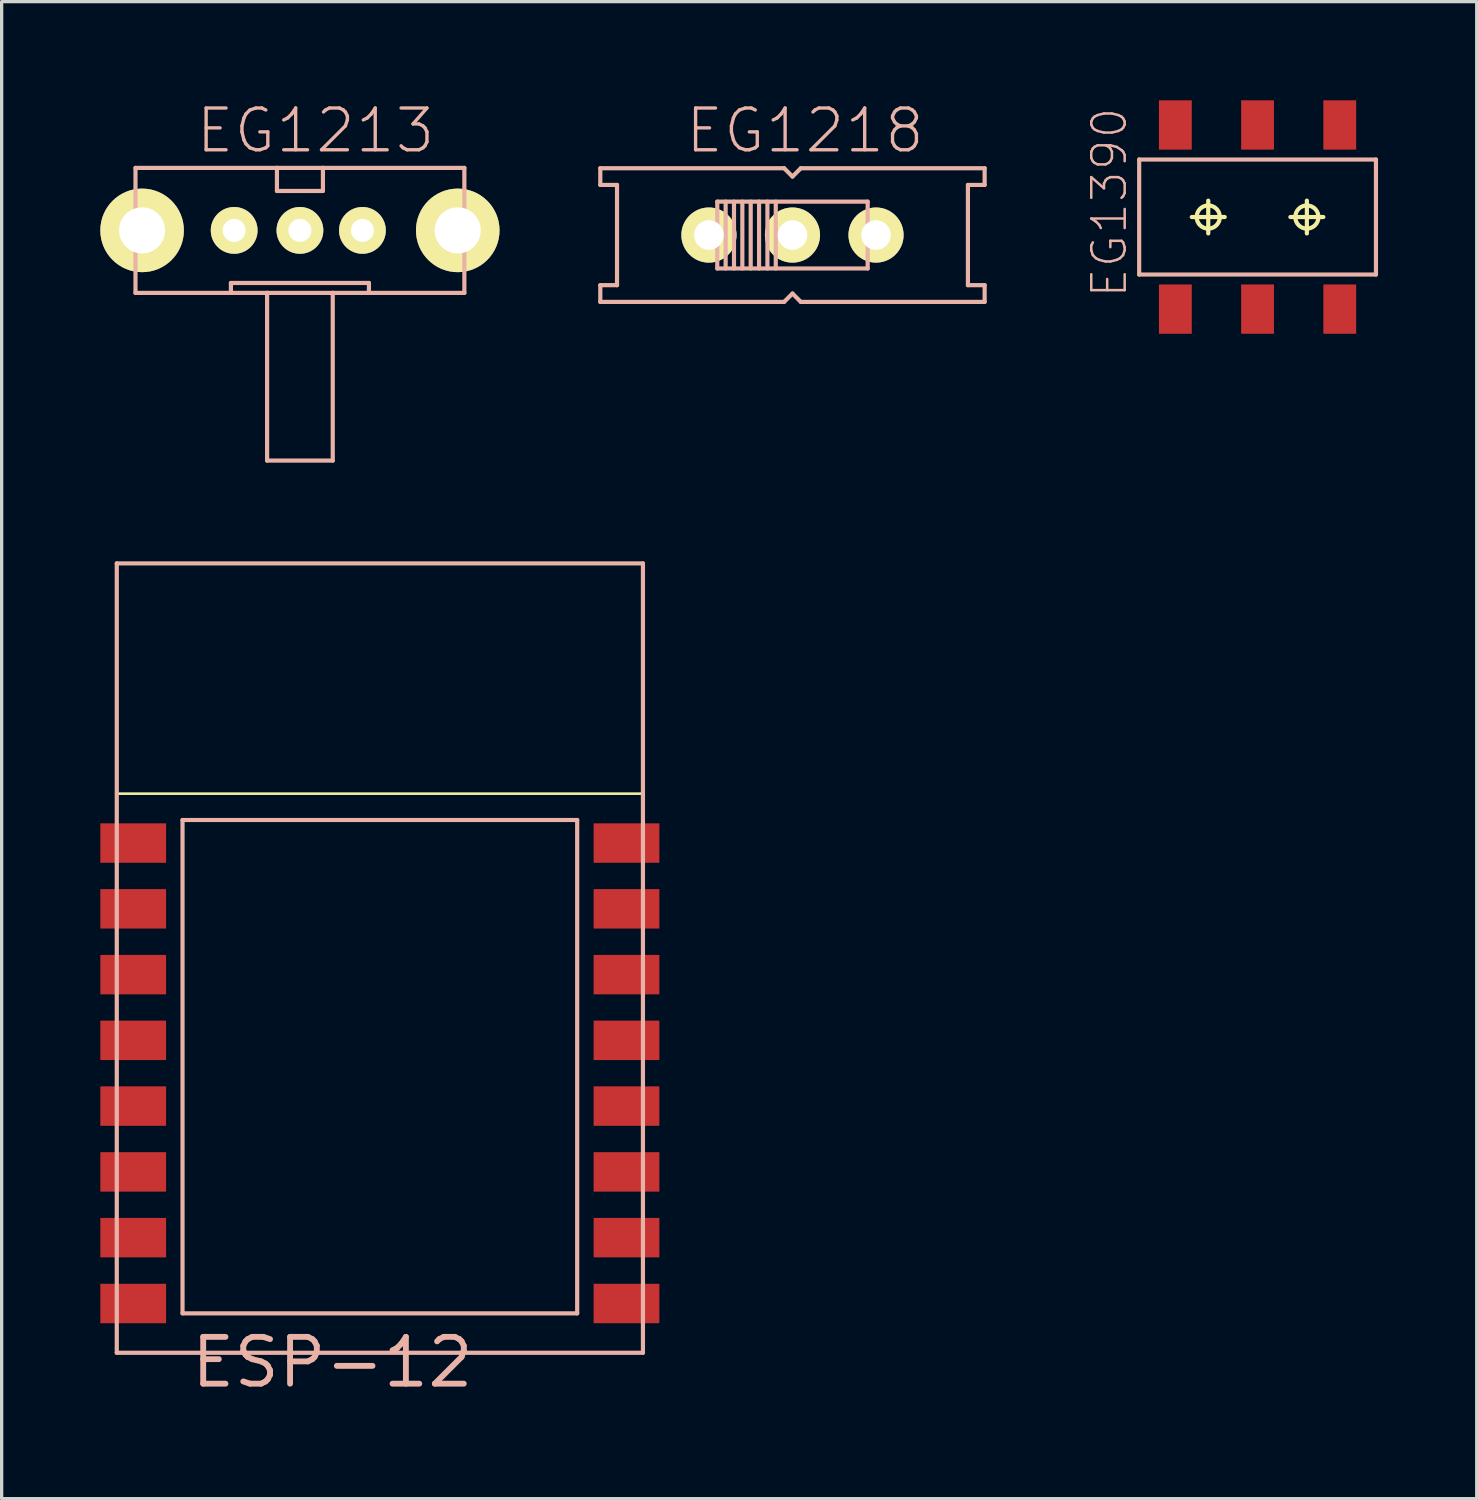
<source format=kicad_pcb>
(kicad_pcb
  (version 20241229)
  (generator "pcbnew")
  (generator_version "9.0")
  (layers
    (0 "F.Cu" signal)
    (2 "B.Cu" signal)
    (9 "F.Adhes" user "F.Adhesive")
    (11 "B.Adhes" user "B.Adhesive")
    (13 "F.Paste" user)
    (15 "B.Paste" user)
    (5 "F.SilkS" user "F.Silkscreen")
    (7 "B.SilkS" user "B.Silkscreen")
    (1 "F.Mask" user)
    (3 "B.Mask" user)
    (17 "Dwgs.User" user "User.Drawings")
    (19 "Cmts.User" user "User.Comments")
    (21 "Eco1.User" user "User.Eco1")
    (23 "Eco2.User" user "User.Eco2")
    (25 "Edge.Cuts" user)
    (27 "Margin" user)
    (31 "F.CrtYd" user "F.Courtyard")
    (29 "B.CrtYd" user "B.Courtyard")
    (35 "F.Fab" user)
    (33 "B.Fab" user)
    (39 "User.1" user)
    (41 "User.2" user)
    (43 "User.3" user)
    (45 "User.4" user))
  (footprint "ESP-12"
    (layer "F.Cu")
    (at 8.498 27.078)
    (property "Reference" "ESP-12" (at -1.443 11.288 0) (layer "B.SilkS") (effects (font (size 1.422 1.422) (thickness 0.178))))
    (attr smd)
    (fp_line (start -7.998 -13) (end 7.998 -13) (stroke (width 0.066) (type solid)) (layer "F.SilkS"))
    (fp_line (start -7.998 -13) (end 7.998 -13) (stroke (width 0.066) (type solid)) (layer "F.SilkS"))
    (fp_line (start -7.998 -5.999) (end -7.998 -13) (stroke (width 0.066) (type solid)) (layer "F.SilkS"))
    (fp_line (start -7.998 -5.999) (end -7.998 -13) (stroke (width 0.066) (type solid)) (layer "F.SilkS"))
    (fp_line (start -7.998 -5.999) (end 7.998 -5.999) (stroke (width 0.066) (type solid)) (layer "F.SilkS"))
    (fp_line (start -7.998 -5.999) (end 7.998 -5.999) (stroke (width 0.066) (type solid)) (layer "F.SilkS"))
    (fp_line (start 7.998 -5.999) (end 7.998 -13) (stroke (width 0.066) (type solid)) (layer "F.SilkS"))
    (fp_line (start 7.998 -5.999) (end 7.998 -13) (stroke (width 0.066) (type solid)) (layer "F.SilkS"))
    (fp_line (start -7.998 -13) (end 7.998 -13) (stroke (width 0.127) (type solid)) (layer "B.SilkS"))
    (fp_line (start -7.998 10.998) (end -7.998 -13) (stroke (width 0.127) (type solid)) (layer "B.SilkS"))
    (fp_line (start -5.999 -5.199) (end 5.999 -5.199) (stroke (width 0.127) (type solid)) (layer "B.SilkS"))
    (fp_line (start -5.999 9.799) (end -5.999 -5.199) (stroke (width 0.127) (type solid)) (layer "B.SilkS"))
    (fp_line (start 5.999 -5.199) (end 5.999 9.799) (stroke (width 0.127) (type solid)) (layer "B.SilkS"))
    (fp_line (start 5.999 9.799) (end -5.999 9.799) (stroke (width 0.127) (type solid)) (layer "B.SilkS"))
    (fp_line (start 7.998 -13) (end 7.998 10.998) (stroke (width 0.127) (type solid)) (layer "B.SilkS"))
    (fp_line (start 7.998 10.998) (end -7.998 10.998) (stroke (width 0.127) (type solid)) (layer "B.SilkS"))
    (pad "1" smd rect (at -7.498 -4.498) (size 1.999 1.199) (layers "F.Cu" "F.Mask" "F.Paste"))
    (pad "2" smd rect (at -7.498 -2.499) (size 1.999 1.199) (layers "F.Cu" "F.Mask" "F.Paste"))
    (pad "3" smd rect (at -7.498 -0.498) (size 1.999 1.199) (layers "F.Cu" "F.Mask" "F.Paste"))
    (pad "4" smd rect (at -7.498 1.499) (size 1.999 1.199) (layers "F.Cu" "F.Mask" "F.Paste"))
    (pad "5" smd rect (at -7.498 3.498) (size 1.999 1.199) (layers "F.Cu" "F.Mask" "F.Paste"))
    (pad "6" smd rect (at -7.498 5.499) (size 1.999 1.199) (layers "F.Cu" "F.Mask" "F.Paste"))
    (pad "7" smd rect (at -7.498 7.498) (size 1.999 1.199) (layers "F.Cu" "F.Mask" "F.Paste"))
    (pad "8" smd rect (at -7.498 9.5) (size 1.999 1.199) (layers "F.Cu" "F.Mask" "F.Paste"))
    (pad "9" smd rect (at 7.498 9.5) (size 1.999 1.199) (layers "F.Cu" "F.Mask" "F.Paste"))
    (pad "10" smd rect (at 7.498 7.498) (size 1.999 1.199) (layers "F.Cu" "F.Mask" "F.Paste"))
    (pad "11" smd rect (at 7.498 5.499) (size 1.999 1.199) (layers "F.Cu" "F.Mask" "F.Paste"))
    (pad "12" smd rect (at 7.498 3.498) (size 1.999 1.199) (layers "F.Cu" "F.Mask" "F.Paste"))
    (pad "13" smd rect (at 7.498 1.499) (size 1.999 1.199) (layers "F.Cu" "F.Mask" "F.Paste"))
    (pad "14" smd rect (at 7.498 -0.498) (size 1.999 1.199) (layers "F.Cu" "F.Mask" "F.Paste"))
    (pad "15" smd rect (at 7.498 -2.499) (size 1.999 1.199) (layers "F.Cu" "F.Mask" "F.Paste"))
    (pad "16" smd rect (at 7.498 -4.498) (size 1.999 1.199) (layers "F.Cu" "F.Mask" "F.Paste")))
  (footprint "EG1390"
    (layer "F.Cu")
    (at 35.181 3.548)
    (property "Reference" "EG1390" (at -4.506 -0.439 90) (layer "B.SilkS") (effects (font (size 1.016 1.016) (thickness 0.076))))
    (attr smd)
    (fp_line (start -1.999 0) (end -0.998 0) (stroke (width 0.127) (type solid)) (layer "F.SilkS"))
    (fp_line (start -1.499 0.498) (end -1.499 -0.498) (stroke (width 0.127) (type solid)) (layer "F.SilkS"))
    (fp_line (start 0.998 0) (end 1.999 0) (stroke (width 0.127) (type solid)) (layer "F.SilkS"))
    (fp_line (start 1.499 0.498) (end 1.499 -0.498) (stroke (width 0.127) (type solid)) (layer "F.SilkS"))
    (fp_circle (center -1.499 0) (end -1.748 0.249) (stroke (width 0.127) (type solid)) (fill no) (layer "F.SilkS"))
    (fp_circle (center 1.499 0) (end 1.748 0.249) (stroke (width 0.127) (type solid)) (fill no) (layer "F.SilkS"))
    (fp_line (start -3.599 -1.748) (end 3.599 -1.748) (stroke (width 0.127) (type solid)) (layer "B.SilkS"))
    (fp_line (start -3.599 1.748) (end -3.599 -1.748) (stroke (width 0.127) (type solid)) (layer "B.SilkS"))
    (fp_line (start 3.599 -1.748) (end 3.599 1.748) (stroke (width 0.127) (type solid)) (layer "B.SilkS"))
    (fp_line (start 3.599 1.748) (end -3.599 1.748) (stroke (width 0.127) (type solid)) (layer "B.SilkS"))
    (pad "O1" smd rect (at -2.499 -2.799) (size 0.998 1.499) (layers "F.Cu" "F.Mask" "F.Paste"))
    (pad "O2" smd rect (at -2.499 2.799) (size 0.998 1.499) (layers "F.Cu" "F.Mask" "F.Paste"))
    (pad "P1" smd rect (at 0 -2.799) (size 0.998 1.499) (layers "F.Cu" "F.Mask" "F.Paste"))
    (pad "P2" smd rect (at 0 2.799) (size 0.998 1.499) (layers "F.Cu" "F.Mask" "F.Paste"))
    (pad "S1" smd rect (at 2.499 -2.799) (size 0.998 1.499) (layers "F.Cu" "F.Mask" "F.Paste"))
    (pad "S2" smd rect (at 2.499 2.799) (size 0.998 1.499) (layers "F.Cu" "F.Mask" "F.Paste")))
  (footprint "EG1218"
    (layer "F.Cu")
    (at 21.042 4.096)
    (property "Reference" "EG1218" (at 0.381 -3.175 0) (layer "B.SilkS") (effects (font (size 1.27 1.27) (thickness 0.102))))
    (attr exclude_from_pos_files exclude_from_bom)
    (fp_line (start -5.842 -2.032) (end -0.254 -2.032) (stroke (width 0.127) (type solid)) (layer "B.SilkS"))
    (fp_line (start -5.842 -1.524) (end -5.842 -2.032) (stroke (width 0.127) (type solid)) (layer "B.SilkS"))
    (fp_line (start -5.842 1.524) (end -5.334 1.524) (stroke (width 0.127) (type solid)) (layer "B.SilkS"))
    (fp_line (start -5.842 2.032) (end -5.842 1.524) (stroke (width 0.127) (type solid)) (layer "B.SilkS"))
    (fp_line (start -5.334 -1.524) (end -5.842 -1.524) (stroke (width 0.127) (type solid)) (layer "B.SilkS"))
    (fp_line (start -5.334 1.524) (end -5.334 -1.524) (stroke (width 0.127) (type solid)) (layer "B.SilkS"))
    (fp_line (start -2.286 -1.016) (end 2.286 -1.016) (stroke (width 0.127) (type solid)) (layer "B.SilkS"))
    (fp_line (start -2.286 1.016) (end -2.286 -1.016) (stroke (width 0.127) (type solid)) (layer "B.SilkS"))
    (fp_line (start -2.032 -1.016) (end -2.032 1.016) (stroke (width 0.127) (type solid)) (layer "B.SilkS"))
    (fp_line (start -1.778 1.016) (end -1.778 -1.016) (stroke (width 0.127) (type solid)) (layer "B.SilkS"))
    (fp_line (start -1.524 -1.016) (end -1.524 1.016) (stroke (width 0.127) (type solid)) (layer "B.SilkS"))
    (fp_line (start -1.27 1.016) (end -1.27 -1.016) (stroke (width 0.127) (type solid)) (layer "B.SilkS"))
    (fp_line (start -1.016 -1.016) (end -1.016 1.016) (stroke (width 0.127) (type solid)) (layer "B.SilkS"))
    (fp_line (start -0.762 1.016) (end -0.762 -1.016) (stroke (width 0.127) (type solid)) (layer "B.SilkS"))
    (fp_line (start -0.508 -1.016) (end -0.508 1.016) (stroke (width 0.127) (type solid)) (layer "B.SilkS"))
    (fp_line (start -0.254 -2.032) (end 0 -1.778) (stroke (width 0.127) (type solid)) (layer "B.SilkS"))
    (fp_line (start -0.254 2.032) (end -5.842 2.032) (stroke (width 0.127) (type solid)) (layer "B.SilkS"))
    (fp_line (start 0 -1.778) (end 0.254 -2.032) (stroke (width 0.127) (type solid)) (layer "B.SilkS"))
    (fp_line (start 0 1.778) (end -0.254 2.032) (stroke (width 0.127) (type solid)) (layer "B.SilkS"))
    (fp_line (start 0.254 -2.032) (end 5.842 -2.032) (stroke (width 0.127) (type solid)) (layer "B.SilkS"))
    (fp_line (start 0.254 2.032) (end 0 1.778) (stroke (width 0.127) (type solid)) (layer "B.SilkS"))
    (fp_line (start 2.286 -1.016) (end 2.286 1.016) (stroke (width 0.127) (type solid)) (layer "B.SilkS"))
    (fp_line (start 2.286 1.016) (end -2.286 1.016) (stroke (width 0.127) (type solid)) (layer "B.SilkS"))
    (fp_line (start 5.334 -1.524) (end 5.334 1.524) (stroke (width 0.127) (type solid)) (layer "B.SilkS"))
    (fp_line (start 5.334 1.524) (end 5.842 1.524) (stroke (width 0.127) (type solid)) (layer "B.SilkS"))
    (fp_line (start 5.842 -2.032) (end 5.842 -1.524) (stroke (width 0.127) (type solid)) (layer "B.SilkS"))
    (fp_line (start 5.842 -1.524) (end 5.334 -1.524) (stroke (width 0.127) (type solid)) (layer "B.SilkS"))
    (fp_line (start 5.842 1.524) (end 5.842 2.032) (stroke (width 0.127) (type solid)) (layer "B.SilkS"))
    (fp_line (start 5.842 2.032) (end 0.254 2.032) (stroke (width 0.127) (type solid)) (layer "B.SilkS"))
    (pad "O" thru_hole circle (at -2.54 0) (size 1.676 1.676) (drill 0.899) (layers "*.Cu" "F.Mask" "F.SilkS" "F.Paste"))
    (pad "P" thru_hole circle (at 0 0) (size 1.676 1.676) (drill 0.899) (layers "*.Cu" "F.Mask" "F.SilkS" "F.Paste"))
    (pad "S" thru_hole circle (at 2.54 0) (size 1.676 1.676) (drill 0.899) (layers "*.Cu" "F.Mask" "F.SilkS" "F.Paste")))
  (footprint "EG1213"
    (layer "F.Cu")
    (at 6.068 3.954)
    (property "Reference" "EG1213" (at 0.475 -3.033 0) (layer "B.SilkS") (effects (font (size 1.27 1.27) (thickness 0.102))))
    (attr exclude_from_pos_files exclude_from_bom)
    (fp_line (start -4.999 -1.9) (end -0.699 -1.9) (stroke (width 0.127) (type solid)) (layer "B.SilkS"))
    (fp_line (start -4.999 1.9) (end -4.999 -1.9) (stroke (width 0.127) (type solid)) (layer "B.SilkS"))
    (fp_line (start -2.098 1.598) (end 2.098 1.598) (stroke (width 0.127) (type solid)) (layer "B.SilkS"))
    (fp_line (start -2.098 1.9) (end -4.999 1.9) (stroke (width 0.127) (type solid)) (layer "B.SilkS"))
    (fp_line (start -2.098 1.9) (end -2.098 1.598) (stroke (width 0.127) (type solid)) (layer "B.SilkS"))
    (fp_line (start -0.998 1.9) (end -2.098 1.9) (stroke (width 0.127) (type solid)) (layer "B.SilkS"))
    (fp_line (start -0.998 1.9) (end -0.998 6.998) (stroke (width 0.127) (type solid)) (layer "B.SilkS"))
    (fp_line (start -0.998 6.998) (end 0.998 6.998) (stroke (width 0.127) (type solid)) (layer "B.SilkS"))
    (fp_line (start -0.699 -1.9) (end -0.699 -1.199) (stroke (width 0.127) (type solid)) (layer "B.SilkS"))
    (fp_line (start -0.699 -1.9) (end 0.699 -1.9) (stroke (width 0.127) (type solid)) (layer "B.SilkS"))
    (fp_line (start -0.699 -1.199) (end 0.699 -1.199) (stroke (width 0.127) (type solid)) (layer "B.SilkS"))
    (fp_line (start 0.699 -1.9) (end 4.999 -1.9) (stroke (width 0.127) (type solid)) (layer "B.SilkS"))
    (fp_line (start 0.699 -1.199) (end 0.699 -1.9) (stroke (width 0.127) (type solid)) (layer "B.SilkS"))
    (fp_line (start 0.998 1.9) (end -0.998 1.9) (stroke (width 0.127) (type solid)) (layer "B.SilkS"))
    (fp_line (start 0.998 6.998) (end 0.998 1.9) (stroke (width 0.127) (type solid)) (layer "B.SilkS"))
    (fp_line (start 2.098 1.598) (end 2.098 1.9) (stroke (width 0.127) (type solid)) (layer "B.SilkS"))
    (fp_line (start 2.098 1.9) (end 0.998 1.9) (stroke (width 0.127) (type solid)) (layer "B.SilkS"))
    (fp_line (start 4.999 -1.9) (end 4.999 1.9) (stroke (width 0.127) (type solid)) (layer "B.SilkS"))
    (fp_line (start 4.999 1.9) (end 2.098 1.9) (stroke (width 0.127) (type solid)) (layer "B.SilkS"))
    (pad "1" thru_hole circle (at -1.999 0) (size 1.422 1.422) (drill 0.699) (layers "*.Cu" "F.Mask" "F.SilkS" "F.Paste"))
    (pad "2" thru_hole circle (at 0 0) (size 1.422 1.422) (drill 0.699) (layers "*.Cu" "F.Mask" "F.SilkS" "F.Paste"))
    (pad "3" thru_hole circle (at 1.9 0) (size 1.422 1.422) (drill 0.699) (layers "*.Cu" "F.Mask" "F.SilkS" "F.Paste"))
    (pad "MT1" thru_hole circle (at -4.798 0) (size 2.54 2.54) (drill 1.4) (layers "*.Cu" "F.Mask" "F.SilkS" "F.Paste"))
    (pad "MT2" thru_hole circle (at 4.798 0) (size 2.54 2.54) (drill 1.4) (layers "*.Cu" "F.Mask" "F.SilkS" "F.Paste")))
  (gr_rect
    (start -3 -3)
    (end 41.844 42.51)
    (stroke (width 0.1) (type default))
    (fill no)
    (layer "Edge.Cuts")))
</source>
